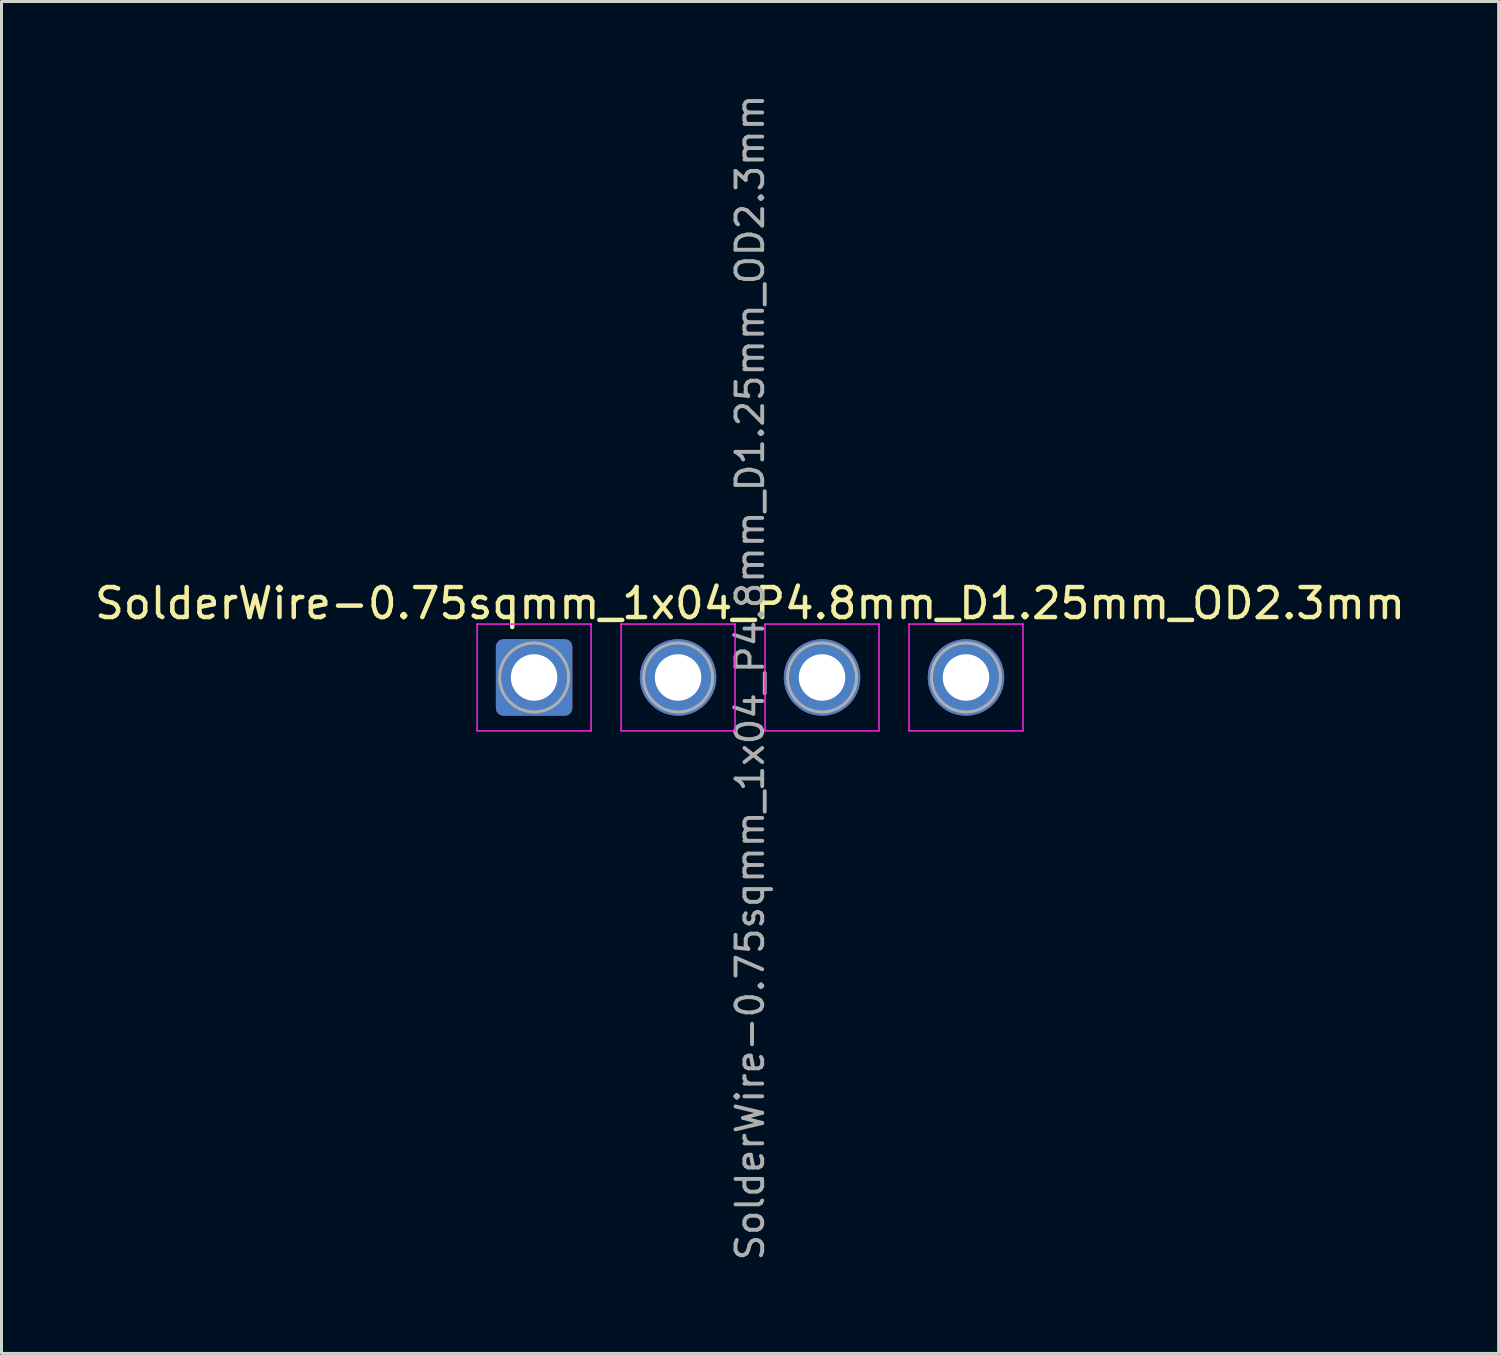
<source format=kicad_pcb>
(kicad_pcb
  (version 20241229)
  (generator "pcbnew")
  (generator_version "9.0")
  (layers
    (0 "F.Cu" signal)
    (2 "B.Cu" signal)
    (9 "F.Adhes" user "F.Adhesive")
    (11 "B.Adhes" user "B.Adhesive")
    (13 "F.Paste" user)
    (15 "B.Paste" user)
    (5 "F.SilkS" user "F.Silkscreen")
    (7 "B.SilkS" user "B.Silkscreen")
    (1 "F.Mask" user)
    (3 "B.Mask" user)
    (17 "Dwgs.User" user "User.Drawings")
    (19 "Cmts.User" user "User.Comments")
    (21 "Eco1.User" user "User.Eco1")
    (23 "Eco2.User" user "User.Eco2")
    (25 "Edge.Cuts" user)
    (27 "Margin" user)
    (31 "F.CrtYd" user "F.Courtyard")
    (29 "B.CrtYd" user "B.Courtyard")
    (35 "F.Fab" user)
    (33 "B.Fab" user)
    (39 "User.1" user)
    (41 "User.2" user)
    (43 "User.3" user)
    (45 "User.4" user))
  (footprint "SolderWire-0.75sqmm_1x04_P4.8mm_D1.25mm_OD2.3mm"
    (layer "F.Cu")
    (at 14.758 19.538)
    (property "Reference" "SolderWire-0.75sqmm_1x04_P4.8mm_D1.25mm_OD2.3mm" (at 7.2 -2.47 0) (layer "F.SilkS") (effects (font (size 1 1) (thickness 0.15))))
    (attr exclude_from_pos_files exclude_from_bom)
    (fp_line (start -1.9 -1.78) (end -1.9 1.78) (stroke (width 0.05) (type solid)) (layer "F.CrtYd"))
    (fp_line (start -1.9 1.78) (end 1.9 1.78) (stroke (width 0.05) (type solid)) (layer "F.CrtYd"))
    (fp_line (start 1.9 -1.78) (end -1.9 -1.78) (stroke (width 0.05) (type solid)) (layer "F.CrtYd"))
    (fp_line (start 1.9 1.78) (end 1.9 -1.78) (stroke (width 0.05) (type solid)) (layer "F.CrtYd"))
    (fp_line (start 2.9 -1.78) (end 2.9 1.78) (stroke (width 0.05) (type solid)) (layer "F.CrtYd"))
    (fp_line (start 2.9 1.78) (end 6.7 1.78) (stroke (width 0.05) (type solid)) (layer "F.CrtYd"))
    (fp_line (start 6.7 -1.78) (end 2.9 -1.78) (stroke (width 0.05) (type solid)) (layer "F.CrtYd"))
    (fp_line (start 6.7 1.78) (end 6.7 -1.78) (stroke (width 0.05) (type solid)) (layer "F.CrtYd"))
    (fp_line (start 7.7 -1.78) (end 7.7 1.78) (stroke (width 0.05) (type solid)) (layer "F.CrtYd"))
    (fp_line (start 7.7 1.78) (end 11.5 1.78) (stroke (width 0.05) (type solid)) (layer "F.CrtYd"))
    (fp_line (start 11.5 -1.78) (end 7.7 -1.78) (stroke (width 0.05) (type solid)) (layer "F.CrtYd"))
    (fp_line (start 11.5 1.78) (end 11.5 -1.78) (stroke (width 0.05) (type solid)) (layer "F.CrtYd"))
    (fp_line (start 12.5 -1.78) (end 12.5 1.78) (stroke (width 0.05) (type solid)) (layer "F.CrtYd"))
    (fp_line (start 12.5 1.78) (end 16.3 1.78) (stroke (width 0.05) (type solid)) (layer "F.CrtYd"))
    (fp_line (start 16.3 -1.78) (end 12.5 -1.78) (stroke (width 0.05) (type solid)) (layer "F.CrtYd"))
    (fp_line (start 16.3 1.78) (end 16.3 -1.78) (stroke (width 0.05) (type solid)) (layer "F.CrtYd"))
    (fp_circle (center 0 0) (end 1.15 0) (stroke (width 0.1) (type solid)) (fill no) (layer "F.Fab"))
    (fp_circle (center 4.8 0) (end 5.95 0) (stroke (width 0.1) (type solid)) (fill no) (layer "F.Fab"))
    (fp_circle (center 9.6 0) (end 10.75 0) (stroke (width 0.1) (type solid)) (fill no) (layer "F.Fab"))
    (fp_circle (center 14.4 0) (end 15.55 0) (stroke (width 0.1) (type solid)) (fill no) (layer "F.Fab"))
    (fp_text user "${REFERENCE}" (at 7.2 0 90) (layer "F.Fab") (effects (font (size 0.89 0.89) (thickness 0.13))))
    (pad "1" thru_hole roundrect (at 0 0) (size 2.55 2.55) (drill 1.55) (layers "*.Cu" "*.Mask") (roundrect_rratio 0.098))
    (pad "2" thru_hole circle (at 4.8 0) (size 2.55 2.55) (drill 1.55) (layers "*.Cu" "*.Mask"))
    (pad "3" thru_hole circle (at 9.6 0) (size 2.55 2.55) (drill 1.55) (layers "*.Cu" "*.Mask"))
    (pad "4" thru_hole circle (at 14.4 0) (size 2.55 2.55) (drill 1.55) (layers "*.Cu" "*.Mask")))
  (gr_rect
    (start -3 -3)
    (end 46.917 42.075)
    (stroke (width 0.1) (type default))
    (fill no)
    (layer "Edge.Cuts")))
</source>
